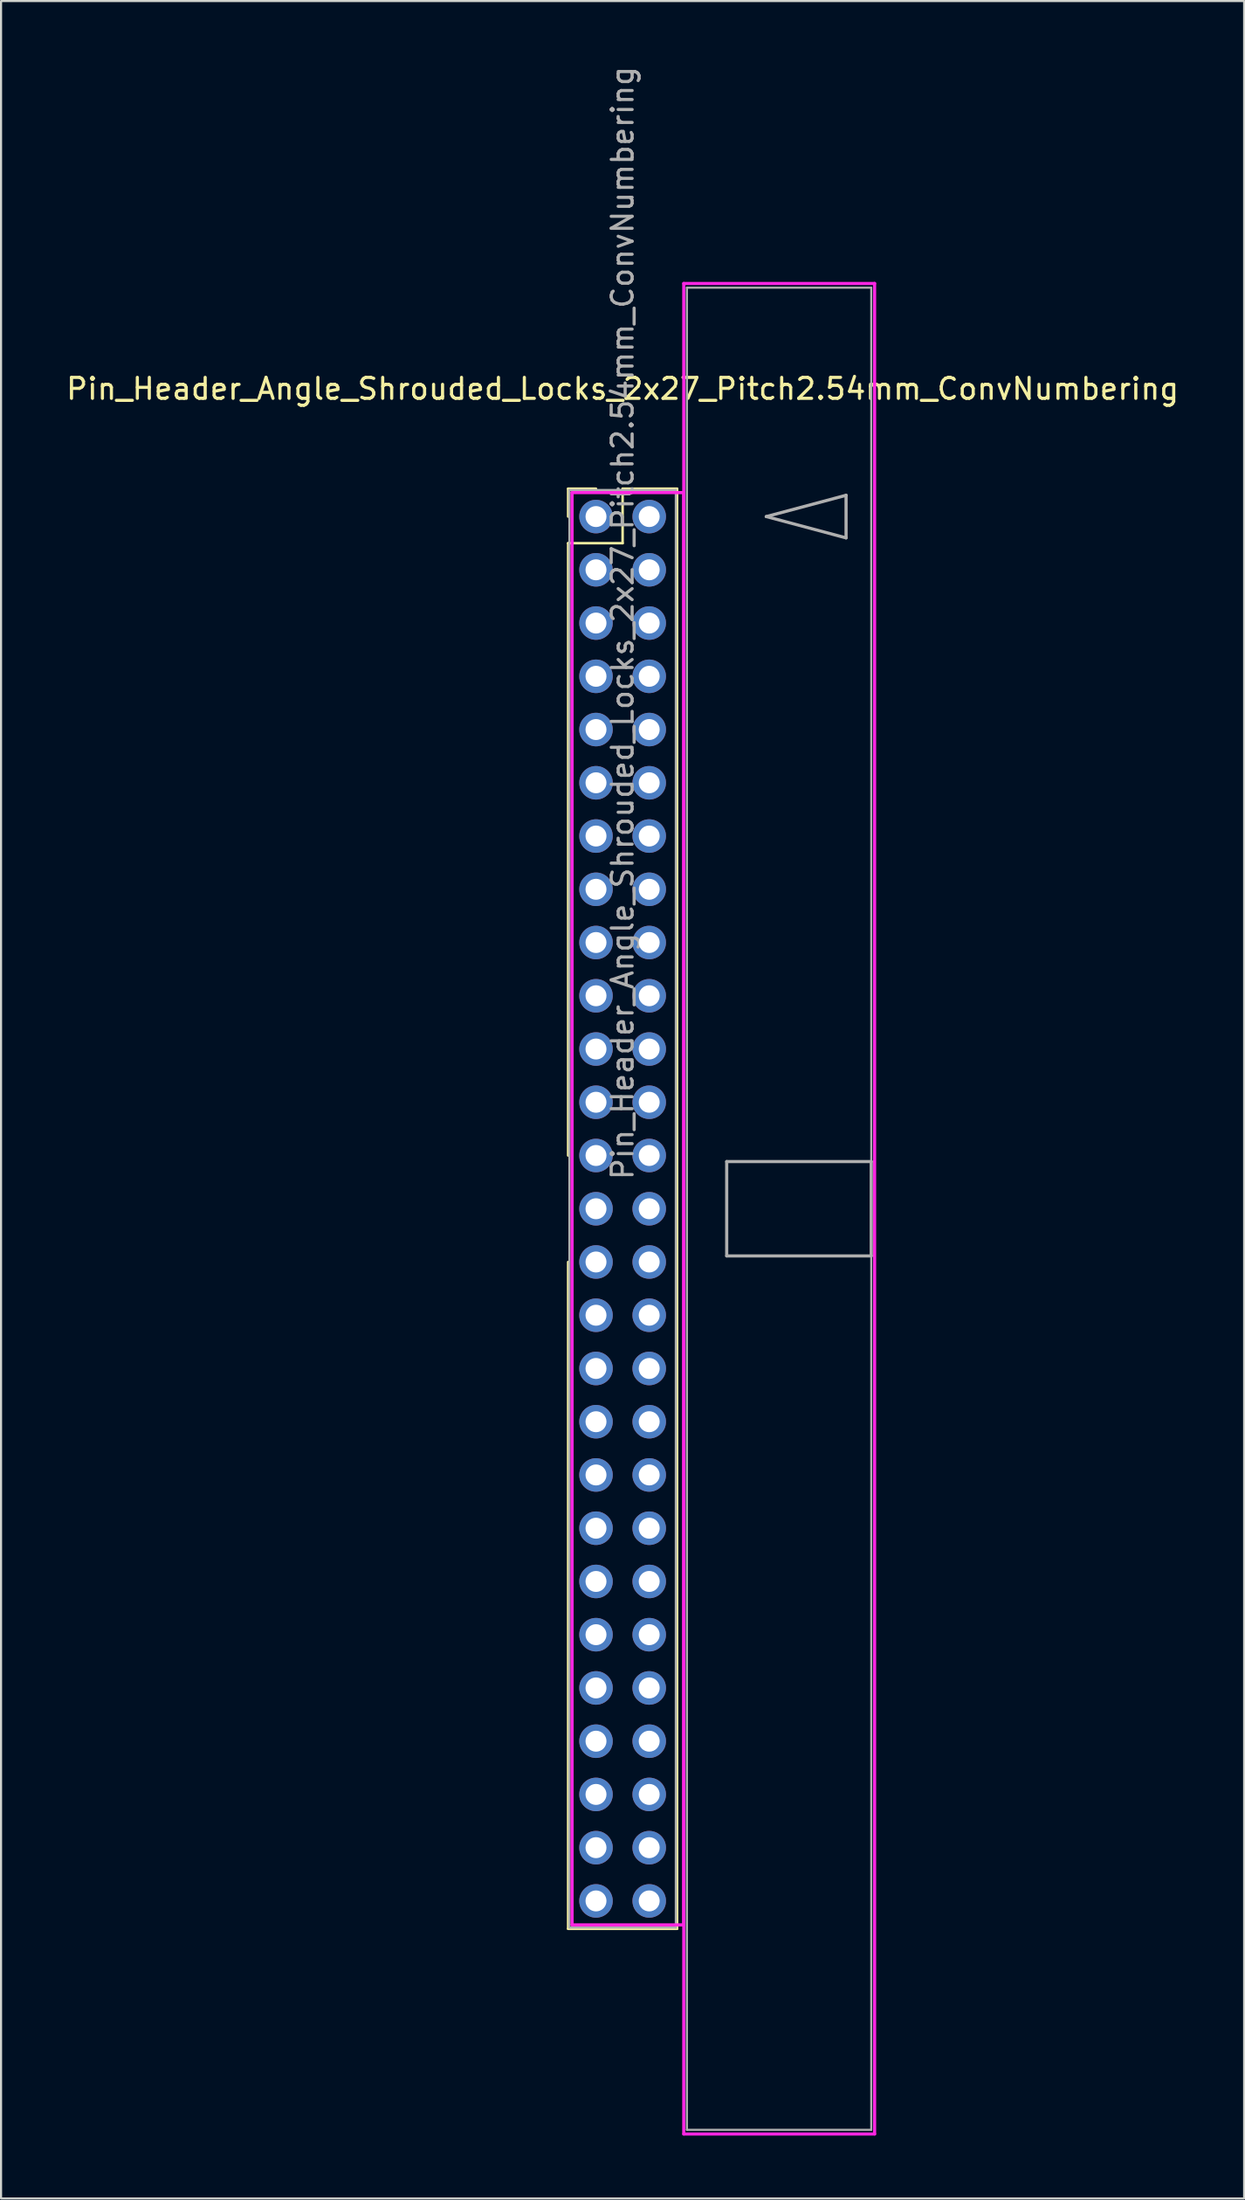
<source format=kicad_pcb>
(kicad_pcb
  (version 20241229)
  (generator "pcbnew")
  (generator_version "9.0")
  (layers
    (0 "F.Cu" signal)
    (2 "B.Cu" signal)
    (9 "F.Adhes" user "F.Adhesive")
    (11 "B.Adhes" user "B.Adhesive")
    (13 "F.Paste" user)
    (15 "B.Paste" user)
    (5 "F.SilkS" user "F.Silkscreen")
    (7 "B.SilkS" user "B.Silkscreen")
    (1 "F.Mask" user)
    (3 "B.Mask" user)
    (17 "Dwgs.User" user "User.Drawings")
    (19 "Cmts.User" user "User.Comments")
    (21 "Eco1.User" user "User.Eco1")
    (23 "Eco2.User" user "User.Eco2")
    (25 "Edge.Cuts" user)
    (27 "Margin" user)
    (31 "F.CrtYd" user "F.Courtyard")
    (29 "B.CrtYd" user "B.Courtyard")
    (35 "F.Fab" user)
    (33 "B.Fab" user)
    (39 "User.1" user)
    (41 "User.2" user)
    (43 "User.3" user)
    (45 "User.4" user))
  (footprint "Pin_Header_Angle_Shrouded_Locks_2x27_Pitch2.54mm_ConvNumbering"
    (layer "F.Cu")
    (at 25.403 21.593)
    (property "Reference" "Pin_Header_Angle_Shrouded_Locks_2x27_Pitch2.54mm_ConvNumbering" (at 1.27 -6.096 0) (layer "F.SilkS") (effects (font (size 1 1) (thickness 0.15))))
    (attr through_hole)
    (fp_line (start -1.33 -1.33) (end 0 -1.33) (stroke (width 0.12) (type solid)) (layer "F.SilkS"))
    (fp_line (start -1.33 0) (end -1.33 -1.33) (stroke (width 0.12) (type solid)) (layer "F.SilkS"))
    (fp_line (start -1.33 1.27) (end -1.33 30.48) (stroke (width 0.12) (type solid)) (layer "F.SilkS"))
    (fp_line (start -1.33 1.27) (end 1.27 1.27) (stroke (width 0.12) (type solid)) (layer "F.SilkS"))
    (fp_line (start -1.33 35.56) (end -1.33 67.37) (stroke (width 0.12) (type solid)) (layer "F.SilkS"))
    (fp_line (start -1.33 67.37) (end 3.87 67.37) (stroke (width 0.12) (type solid)) (layer "F.SilkS"))
    (fp_line (start 1.27 -1.33) (end 3.87 -1.33) (stroke (width 0.12) (type solid)) (layer "F.SilkS"))
    (fp_line (start 1.27 1.27) (end 1.27 -1.33) (stroke (width 0.12) (type solid)) (layer "F.SilkS"))
    (fp_line (start 3.87 -1.33) (end 3.87 67.37) (stroke (width 0.12) (type solid)) (layer "F.SilkS"))
    (fp_line (start -1.143 -1.143) (end -1.143 67.183) (stroke (width 0.15) (type solid)) (layer "F.CrtYd"))
    (fp_line (start -1.143 67.183) (end 4.19 67.183) (stroke (width 0.15) (type solid)) (layer "F.CrtYd"))
    (fp_line (start 4.19 -11.12) (end 4.19 77.16) (stroke (width 0.15) (type solid)) (layer "F.CrtYd"))
    (fp_line (start 4.19 -1.143) (end -1.143 -1.143) (stroke (width 0.15) (type solid)) (layer "F.CrtYd"))
    (fp_line (start 4.19 67.183) (end 4.19 -1.143) (stroke (width 0.15) (type solid)) (layer "F.CrtYd"))
    (fp_line (start 4.19 77.16) (end 13.3 77.16) (stroke (width 0.15) (type solid)) (layer "F.CrtYd"))
    (fp_line (start 13.3 -11.12) (end 4.19 -11.12) (stroke (width 0.15) (type solid)) (layer "F.CrtYd"))
    (fp_line (start 13.3 77.16) (end 13.3 -11.12) (stroke (width 0.15) (type solid)) (layer "F.CrtYd"))
    (fp_line (start -1.27 -1.27) (end -1.27 67.31) (stroke (width 0.1) (type solid)) (layer "F.Fab"))
    (fp_line (start -1.27 67.31) (end 3.81 67.31) (stroke (width 0.1) (type solid)) (layer "F.Fab"))
    (fp_line (start 3.81 -1.27) (end -1.27 -1.27) (stroke (width 0.1) (type solid)) (layer "F.Fab"))
    (fp_line (start 3.81 67.31) (end 3.81 -1.27) (stroke (width 0.1) (type solid)) (layer "F.Fab"))
    (fp_line (start 4.34 -10.92) (end 4.34 76.96) (stroke (width 0.1) (type solid)) (layer "F.Fab"))
    (fp_line (start 4.34 76.96) (end 13.14 76.96) (stroke (width 0.1) (type solid)) (layer "F.Fab"))
    (fp_line (start 6.24 30.77) (end 6.24 35.27) (stroke (width 0.15) (type solid)) (layer "F.Fab"))
    (fp_line (start 6.24 35.27) (end 13.14 35.27) (stroke (width 0.15) (type solid)) (layer "F.Fab"))
    (fp_line (start 8.128 0) (end 11.938 -1.016) (stroke (width 0.15) (type solid)) (layer "F.Fab"))
    (fp_line (start 11.938 -1.016) (end 11.938 1.016) (stroke (width 0.15) (type solid)) (layer "F.Fab"))
    (fp_line (start 11.938 1.016) (end 8.128 0) (stroke (width 0.15) (type solid)) (layer "F.Fab"))
    (fp_line (start 13.14 -10.92) (end 4.34 -10.92) (stroke (width 0.1) (type solid)) (layer "F.Fab"))
    (fp_line (start 13.14 30.77) (end 6.24 30.77) (stroke (width 0.15) (type solid)) (layer "F.Fab"))
    (fp_line (start 13.14 35.27) (end 13.14 30.77) (stroke (width 0.15) (type solid)) (layer "F.Fab"))
    (fp_line (start 13.14 76.96) (end 13.14 -10.92) (stroke (width 0.1) (type solid)) (layer "F.Fab"))
    (fp_text user "${REFERENCE}" (at 1.27 5.08 90) (layer "F.Fab") (effects (font (size 1 1) (thickness 0.15))))
    (pad "1" thru_hole oval (at 0 0) (size 1.6 1.6) (drill 1) (layers "*.Cu" "*.Mask"))
    (pad "2" thru_hole oval (at 2.54 0) (size 1.6 1.6) (drill 1) (layers "*.Cu" "*.Mask"))
    (pad "3" thru_hole oval (at 0 2.54) (size 1.6 1.6) (drill 1) (layers "*.Cu" "*.Mask"))
    (pad "4" thru_hole oval (at 2.54 2.54) (size 1.6 1.6) (drill 1) (layers "*.Cu" "*.Mask"))
    (pad "5" thru_hole oval (at 0 5.08) (size 1.6 1.6) (drill 1) (layers "*.Cu" "*.Mask"))
    (pad "6" thru_hole oval (at 2.54 5.08) (size 1.6 1.6) (drill 1) (layers "*.Cu" "*.Mask"))
    (pad "7" thru_hole oval (at 0 7.62) (size 1.6 1.6) (drill 1) (layers "*.Cu" "*.Mask"))
    (pad "8" thru_hole oval (at 2.54 7.62) (size 1.6 1.6) (drill 1) (layers "*.Cu" "*.Mask"))
    (pad "9" thru_hole oval (at 0 10.16) (size 1.6 1.6) (drill 1) (layers "*.Cu" "*.Mask"))
    (pad "10" thru_hole oval (at 2.54 10.16) (size 1.6 1.6) (drill 1) (layers "*.Cu" "*.Mask"))
    (pad "11" thru_hole oval (at 0 12.7) (size 1.6 1.6) (drill 1) (layers "*.Cu" "*.Mask"))
    (pad "12" thru_hole oval (at 2.54 12.7) (size 1.6 1.6) (drill 1) (layers "*.Cu" "*.Mask"))
    (pad "13" thru_hole oval (at 0 15.24) (size 1.6 1.6) (drill 1) (layers "*.Cu" "*.Mask"))
    (pad "14" thru_hole oval (at 2.54 15.24) (size 1.6 1.6) (drill 1) (layers "*.Cu" "*.Mask"))
    (pad "15" thru_hole oval (at 0 17.78) (size 1.6 1.6) (drill 1) (layers "*.Cu" "*.Mask"))
    (pad "16" thru_hole oval (at 2.54 17.78) (size 1.6 1.6) (drill 1) (layers "*.Cu" "*.Mask"))
    (pad "17" thru_hole oval (at 0 20.32) (size 1.6 1.6) (drill 1) (layers "*.Cu" "*.Mask"))
    (pad "18" thru_hole oval (at 2.54 20.32) (size 1.6 1.6) (drill 1) (layers "*.Cu" "*.Mask"))
    (pad "19" thru_hole oval (at 0 22.86) (size 1.6 1.6) (drill 1) (layers "*.Cu" "*.Mask"))
    (pad "20" thru_hole oval (at 2.54 22.86) (size 1.6 1.6) (drill 1) (layers "*.Cu" "*.Mask"))
    (pad "21" thru_hole oval (at 0 25.4) (size 1.6 1.6) (drill 1) (layers "*.Cu" "*.Mask"))
    (pad "22" thru_hole oval (at 2.54 25.4) (size 1.6 1.6) (drill 1) (layers "*.Cu" "*.Mask"))
    (pad "23" thru_hole oval (at 0 27.94) (size 1.6 1.6) (drill 1) (layers "*.Cu" "*.Mask"))
    (pad "24" thru_hole oval (at 2.54 27.94) (size 1.6 1.6) (drill 1) (layers "*.Cu" "*.Mask"))
    (pad "25" thru_hole oval (at 0 30.48) (size 1.6 1.6) (drill 1) (layers "*.Cu" "*.Mask"))
    (pad "26" thru_hole oval (at 2.54 30.48) (size 1.6 1.6) (drill 1) (layers "*.Cu" "*.Mask"))
    (pad "27" thru_hole oval (at 0 33.02) (size 1.6 1.6) (drill 1) (layers "*.Cu" "*.Mask"))
    (pad "28" thru_hole oval (at 2.54 33.02) (size 1.6 1.6) (drill 1) (layers "*.Cu" "*.Mask"))
    (pad "29" thru_hole oval (at 0 35.56) (size 1.6 1.6) (drill 1) (layers "*.Cu" "*.Mask"))
    (pad "30" thru_hole oval (at 2.54 35.56) (size 1.6 1.6) (drill 1) (layers "*.Cu" "*.Mask"))
    (pad "31" thru_hole oval (at 0 38.1) (size 1.6 1.6) (drill 1) (layers "*.Cu" "*.Mask"))
    (pad "32" thru_hole oval (at 2.54 38.1) (size 1.6 1.6) (drill 1) (layers "*.Cu" "*.Mask"))
    (pad "33" thru_hole oval (at 0 40.64) (size 1.6 1.6) (drill 1) (layers "*.Cu" "*.Mask"))
    (pad "34" thru_hole oval (at 2.54 40.64) (size 1.6 1.6) (drill 1) (layers "*.Cu" "*.Mask"))
    (pad "35" thru_hole oval (at 0 43.18) (size 1.6 1.6) (drill 1) (layers "*.Cu" "*.Mask"))
    (pad "36" thru_hole oval (at 2.54 43.18) (size 1.6 1.6) (drill 1) (layers "*.Cu" "*.Mask"))
    (pad "37" thru_hole oval (at 0 45.72) (size 1.6 1.6) (drill 1) (layers "*.Cu" "*.Mask"))
    (pad "38" thru_hole oval (at 2.54 45.72) (size 1.6 1.6) (drill 1) (layers "*.Cu" "*.Mask"))
    (pad "39" thru_hole oval (at 0 48.26) (size 1.6 1.6) (drill 1) (layers "*.Cu" "*.Mask"))
    (pad "40" thru_hole oval (at 2.54 48.26) (size 1.6 1.6) (drill 1) (layers "*.Cu" "*.Mask"))
    (pad "41" thru_hole oval (at 0 50.8) (size 1.6 1.6) (drill 1) (layers "*.Cu" "*.Mask"))
    (pad "42" thru_hole oval (at 2.54 50.8) (size 1.6 1.6) (drill 1) (layers "*.Cu" "*.Mask"))
    (pad "43" thru_hole oval (at 0 53.34) (size 1.6 1.6) (drill 1) (layers "*.Cu" "*.Mask"))
    (pad "44" thru_hole oval (at 2.54 53.34) (size 1.6 1.6) (drill 1) (layers "*.Cu" "*.Mask"))
    (pad "45" thru_hole oval (at 0 55.88) (size 1.6 1.6) (drill 1) (layers "*.Cu" "*.Mask"))
    (pad "46" thru_hole oval (at 2.54 55.88) (size 1.6 1.6) (drill 1) (layers "*.Cu" "*.Mask"))
    (pad "47" thru_hole oval (at 0 58.42) (size 1.6 1.6) (drill 1) (layers "*.Cu" "*.Mask"))
    (pad "48" thru_hole oval (at 2.54 58.42) (size 1.6 1.6) (drill 1) (layers "*.Cu" "*.Mask"))
    (pad "49" thru_hole oval (at 0 60.96) (size 1.6 1.6) (drill 1) (layers "*.Cu" "*.Mask"))
    (pad "50" thru_hole oval (at 2.54 60.96) (size 1.6 1.6) (drill 1) (layers "*.Cu" "*.Mask"))
    (pad "51" thru_hole oval (at 0 63.5) (size 1.6 1.6) (drill 1) (layers "*.Cu" "*.Mask"))
    (pad "52" thru_hole oval (at 2.54 63.5) (size 1.6 1.6) (drill 1) (layers "*.Cu" "*.Mask"))
    (pad "53" thru_hole oval (at 0 66.04) (size 1.6 1.6) (drill 1) (layers "*.Cu" "*.Mask"))
    (pad "54" thru_hole oval (at 2.54 66.04) (size 1.6 1.6) (drill 1) (layers "*.Cu" "*.Mask")))
  (gr_rect
    (start -3 -3)
    (end 56.345 101.828)
    (stroke (width 0.1) (type default))
    (fill no)
    (layer "Edge.Cuts")))
</source>
